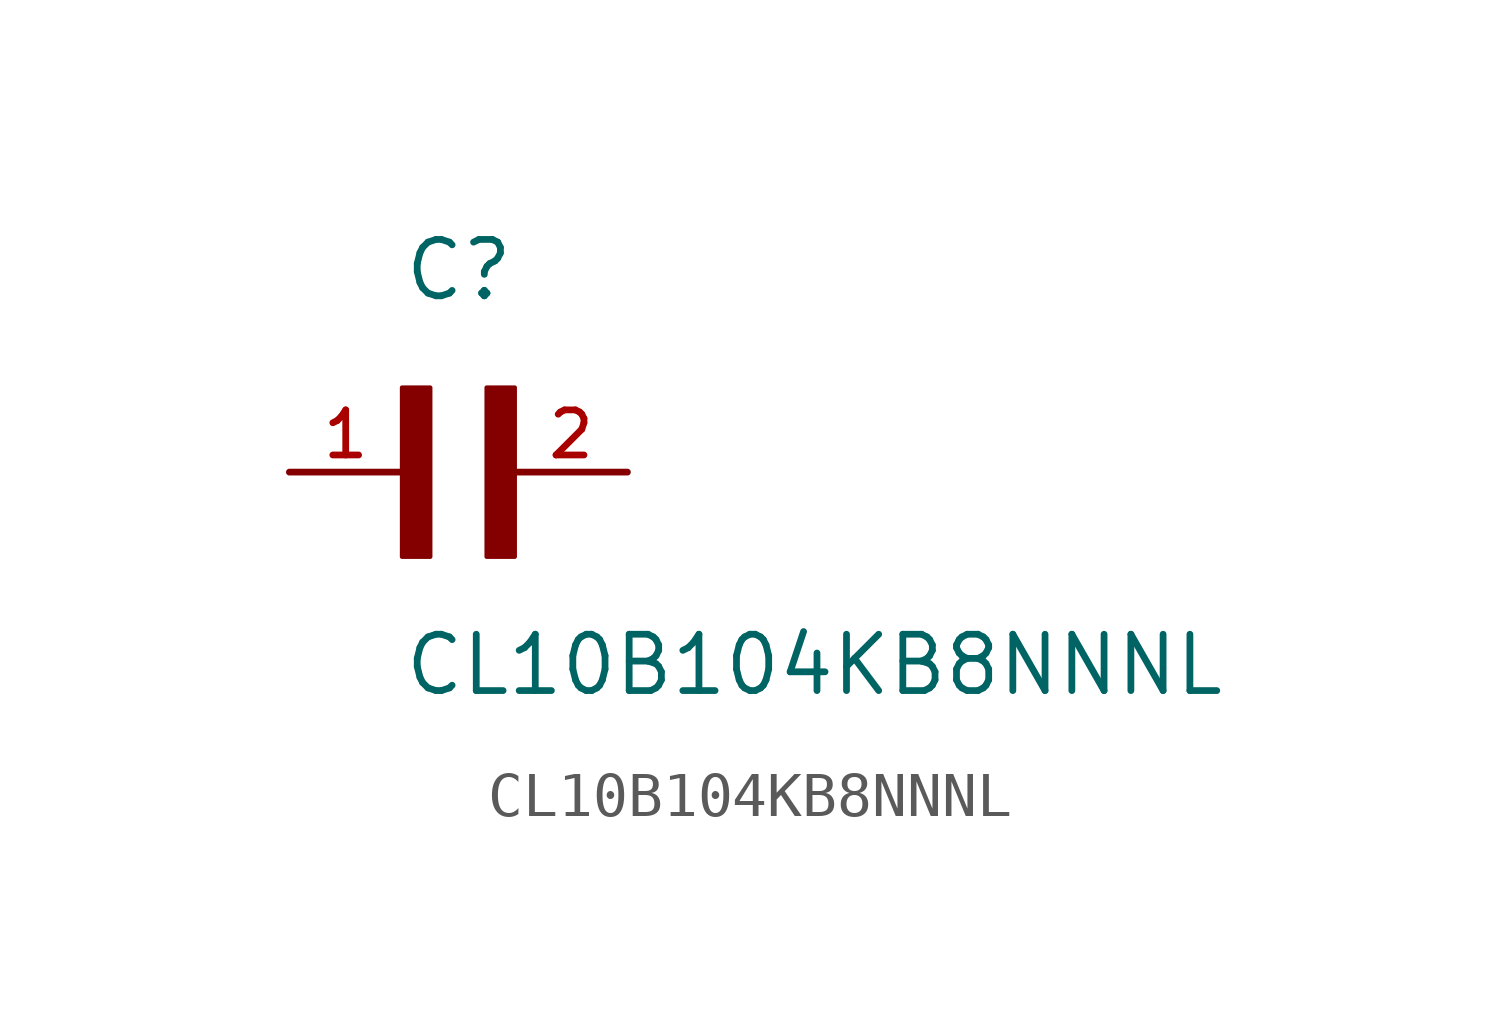
<source format=kicad_sym>
(kicad_symbol_lib
  (version 20211014)
  (generator kicad_symbol_editor)
  (symbol "CL10B104KB8NNNL"
    (pin_names
      (offset 1.016))
    (property "Reference" "C"
      (at 0.0 3.811 0)
      (effects (font (size 1.27 1.27)) (justify bottom left)))
    (property "Value" "CL10B104KB8NNNL"
      (at 0.0 -5.088 0)
      (effects (font (size 1.27 1.27)) (justify bottom left)))
    (symbol "CL10B104KB8NNNL_0_0"
      (rectangle (start 0.0 -1.907) (end 0.635 1.905) (stroke (width 0.1)) (fill (type outline)))
      (rectangle (start 1.907 -1.907) (end 2.54 1.905) (stroke (width 0.1)) (fill (type outline)))
      (pin passive line (at 5.08 0.0 180.0) (length 2.54) (name "~" (effects (font (size 1.016 1.016)))) (number "2" (effects (font (size 1.016 1.016)))))
      (pin passive line (at -2.54 0.0 0) (length 2.54) (name "~" (effects (font (size 1.016 1.016)))) (number "1" (effects (font (size 1.016 1.016))))))))
</source>
